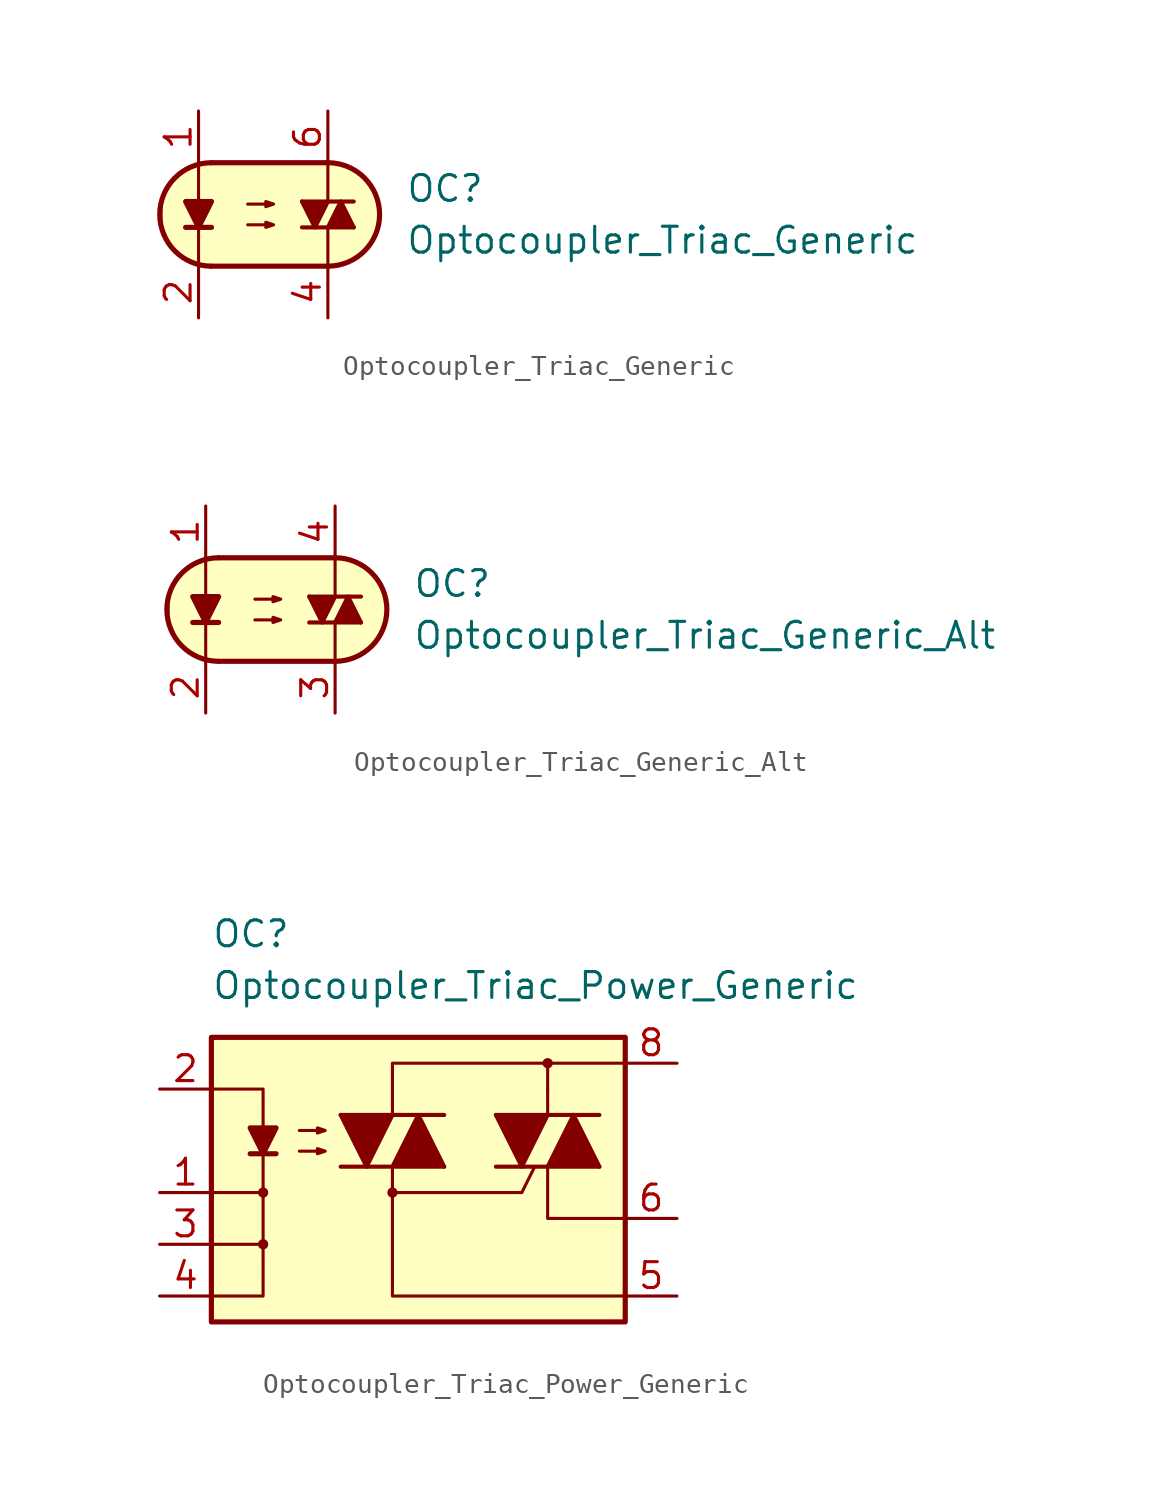
<source format=kicad_sym>
(kicad_symbol_lib
  (version 20211014)
  (generator kicad_symbol_editor)
  (symbol "Optocoupler_Triac_Generic"
    (pin_names
      (offset 1.016))
    (property "Reference" "OC"
      (at 7.62 1.27 0)
      (effects (font (size 1.27 1.27)) (justify left)))
    (property "Value" "Optocoupler_Triac_Generic"
      (at 7.62 -1.27 0)
      (effects (font (size 1.27 1.27)) (justify left)))
    (symbol "Optocoupler_Triac_Generic_0_1"
      (arc (start -1.9275 2.54) (mid -4.4451 0) (end -1.9275 -2.54) (stroke (width 0.254) (type default) (color 0 0 0 0)) (fill (type none)))
      (polyline (pts (xy -3.175 -0.635) (xy -1.905 -0.635)) (stroke (width 0.254) (type default) (color 0 0 0 0)) (fill (type none)))
      (polyline (pts (xy -1.905 2.54) (xy 3.81 2.54)) (stroke (width 0.254) (type default) (color 0 0 0 0)) (fill (type none)))
      (polyline (pts (xy 3.81 -2.54) (xy -1.905 -2.54)) (stroke (width 0.254) (type default) (color 0 0 0 0)) (fill (type none)))
      (polyline (pts (xy 3.81 -0.635) (xy 3.81 -2.54)) (stroke (width 0.152) (type default) (color 0 0 0 0)) (fill (type none)))
      (polyline (pts (xy 3.81 2.54) (xy 3.81 0.635)) (stroke (width 0.152) (type default) (color 0 0 0 0)) (fill (type none)))
      (polyline (pts (xy -2.54 -2.54) (xy -2.54 -1.27) (xy -2.54 2.54)) (stroke (width 0.152) (type default) (color 0 0 0 0)) (fill (type none)))
      (polyline (pts (xy -2.54 -0.635) (xy -3.175 0.635) (xy -1.905 0.635) (xy -2.54 -0.635)) (stroke (width 0.254) (type default) (color 0 0 0 0)) (fill (type outline)))
      (polyline (pts (xy -0.127 -0.508) (xy 1.143 -0.508) (xy 0.762 -0.635) (xy 0.762 -0.381) (xy 1.143 -0.508)) (stroke (width 0) (type default) (color 0 0 0 0)) (fill (type none)))
      (polyline (pts (xy -0.127 0.508) (xy 1.143 0.508) (xy 0.762 0.381) (xy 0.762 0.635) (xy 1.143 0.508)) (stroke (width 0) (type default) (color 0 0 0 0)) (fill (type none)))
      (polyline (pts (xy -1.27 2.54) (xy 3.937 2.54) (xy 4.699 2.413) (xy 5.08 2.159) (xy 5.461 1.905) (xy 5.969 1.397) (xy 6.223 0.635) (xy 6.35 0) (xy 6.223 -0.762) (xy 5.842 -1.524) (xy 5.207 -2.159) (xy 4.191 -2.54) (xy -2.54 -2.54) (xy -2.54 -2.54) (xy -3.302 -2.032) (xy -3.81 -1.778) (xy -4.318 -0.508) (xy -4.318 0.254) (xy -4.318 1.016) (xy -3.81 1.778) (xy -3.048 2.286) (xy -2.286 2.54) (xy -1.27 2.54)) (stroke (width 0.01) (type default) (color 0 0 0 0)) (fill (type background)))
      (arc (start 3.8325 -2.54) (mid 6.3501 0) (end 3.8325 2.54) (stroke (width 0.254) (type default) (color 0 0 0 0)) (fill (type none))))
    (symbol "Optocoupler_Triac_Generic_1_1"
      (polyline (pts (xy 2.54 -0.635) (xy 5.08 -0.635)) (stroke (width 0.203) (type default) (color 0 0 0 0)) (fill (type none)))
      (polyline (pts (xy 2.54 0.635) (xy 5.08 0.635)) (stroke (width 0.203) (type default) (color 0 0 0 0)) (fill (type none)))
      (polyline (pts (xy 2.54 0.635) (xy 3.175 -0.635) (xy 3.81 0.635)) (stroke (width 0.203) (type default) (color 0 0 0 0)) (fill (type outline)))
      (polyline (pts (xy 3.81 -0.635) (xy 4.445 0.635) (xy 5.08 -0.635)) (stroke (width 0.203) (type default) (color 0 0 0 0)) (fill (type outline)))
      (pin passive line (at -2.54 5.08 270) (length 2.54) (name "~" (effects (font (size 1.27 1.27)))) (number "1" (effects (font (size 1.27 1.27)))))
      (pin passive line (at -2.54 -5.08 90) (length 2.54) (name "~" (effects (font (size 1.27 1.27)))) (number "2" (effects (font (size 1.27 1.27)))))
      (pin no_connect line (at -1.27 0 0) (length 2.54) hide (name "NC" (effects (font (size 1.27 1.27)))) (number "3" (effects (font (size 1.27 1.27)))))
      (pin passive line (at 3.81 -5.08 90) (length 2.54) (name "~" (effects (font (size 1.27 1.27)))) (number "4" (effects (font (size 1.27 1.27)))))
      (pin no_connect line (at 3.81 0 180) (length 2.54) hide (name "NC" (effects (font (size 1.27 1.27)))) (number "5" (effects (font (size 1.27 1.27)))))
      (pin passive line (at 3.81 5.08 270) (length 2.54) (name "~" (effects (font (size 1.27 1.27)))) (number "6" (effects (font (size 1.27 1.27)))))))
  (symbol "Optocoupler_Triac_Generic_Alt"
    (pin_names
      (offset 1.016))
    (property "Reference" "OC"
      (at 6.35 1.27 0)
      (effects (font (size 1.27 1.27)) (justify left)))
    (property "Value" "Optocoupler_Triac_Generic_Alt"
      (at 6.35 -1.27 0)
      (effects (font (size 1.27 1.27)) (justify left)))
    (symbol "Optocoupler_Triac_Generic_Alt_0_1"
      (arc (start -3.1975 2.54) (mid -5.7151 0) (end -3.1975 -2.54) (stroke (width 0.254) (type default) (color 0 0 0 0)) (fill (type none)))
      (polyline (pts (xy -4.445 -0.635) (xy -3.175 -0.635)) (stroke (width 0.254) (type default) (color 0 0 0 0)) (fill (type none)))
      (polyline (pts (xy -3.175 2.54) (xy 2.54 2.54)) (stroke (width 0.254) (type default) (color 0 0 0 0)) (fill (type none)))
      (polyline (pts (xy 2.54 -2.54) (xy -3.175 -2.54)) (stroke (width 0.254) (type default) (color 0 0 0 0)) (fill (type none)))
      (polyline (pts (xy 2.54 -0.635) (xy 2.54 -2.54)) (stroke (width 0.152) (type default) (color 0 0 0 0)) (fill (type none)))
      (polyline (pts (xy 2.54 2.54) (xy 2.54 0.635)) (stroke (width 0.152) (type default) (color 0 0 0 0)) (fill (type none)))
      (polyline (pts (xy -3.81 -2.54) (xy -3.81 -1.27) (xy -3.81 2.54)) (stroke (width 0.152) (type default) (color 0 0 0 0)) (fill (type none)))
      (polyline (pts (xy -3.81 -0.635) (xy -4.445 0.635) (xy -3.175 0.635) (xy -3.81 -0.635)) (stroke (width 0.254) (type default) (color 0 0 0 0)) (fill (type outline)))
      (polyline (pts (xy -1.397 -0.508) (xy -0.127 -0.508) (xy -0.508 -0.635) (xy -0.508 -0.381) (xy -0.127 -0.508)) (stroke (width 0) (type default) (color 0 0 0 0)) (fill (type none)))
      (polyline (pts (xy -1.397 0.508) (xy -0.127 0.508) (xy -0.508 0.381) (xy -0.508 0.635) (xy -0.127 0.508)) (stroke (width 0) (type default) (color 0 0 0 0)) (fill (type none)))
      (polyline (pts (xy -2.54 2.54) (xy 2.667 2.54) (xy 3.429 2.413) (xy 3.81 2.159) (xy 4.191 1.905) (xy 4.699 1.397) (xy 4.953 0.635) (xy 5.08 0) (xy 4.953 -0.762) (xy 4.572 -1.524) (xy 3.937 -2.159) (xy 2.921 -2.54) (xy -3.81 -2.54) (xy -3.81 -2.54) (xy -4.572 -2.032) (xy -5.08 -1.778) (xy -5.588 -0.508) (xy -5.588 0.254) (xy -5.588 1.016) (xy -5.08 1.778) (xy -4.318 2.286) (xy -3.556 2.54) (xy -2.54 2.54)) (stroke (width 0.01) (type default) (color 0 0 0 0)) (fill (type background)))
      (arc (start 2.5625 -2.54) (mid 5.0801 0) (end 2.5625 2.54) (stroke (width 0.254) (type default) (color 0 0 0 0)) (fill (type none))))
    (symbol "Optocoupler_Triac_Generic_Alt_1_1"
      (polyline (pts (xy 1.27 -0.635) (xy 3.81 -0.635)) (stroke (width 0.203) (type default) (color 0 0 0 0)) (fill (type none)))
      (polyline (pts (xy 1.27 0.635) (xy 3.81 0.635)) (stroke (width 0.203) (type default) (color 0 0 0 0)) (fill (type none)))
      (polyline (pts (xy 1.27 0.635) (xy 1.905 -0.635) (xy 2.54 0.635)) (stroke (width 0.203) (type default) (color 0 0 0 0)) (fill (type outline)))
      (polyline (pts (xy 2.54 -0.635) (xy 3.175 0.635) (xy 3.81 -0.635)) (stroke (width 0.203) (type default) (color 0 0 0 0)) (fill (type outline)))
      (pin passive line (at -3.81 5.08 270) (length 2.54) (name "~" (effects (font (size 1.27 1.27)))) (number "1" (effects (font (size 1.27 1.27)))))
      (pin passive line (at -3.81 -5.08 90) (length 2.54) (name "~" (effects (font (size 1.27 1.27)))) (number "2" (effects (font (size 1.27 1.27)))))
      (pin passive line (at 2.54 -5.08 90) (length 2.54) (name "~" (effects (font (size 1.27 1.27)))) (number "3" (effects (font (size 1.27 1.27)))))
      (pin passive line (at 2.54 5.08 270) (length 2.54) (name "~" (effects (font (size 1.27 1.27)))) (number "4" (effects (font (size 1.27 1.27)))))))
  (symbol "Optocoupler_Triac_Power_Generic"
    (pin_names
      (offset 1.016))
    (property "Reference" "OC"
      (at -6.35 10.16 0)
      (effects (font (size 1.27 1.27)) (justify left)))
    (property "Value" "Optocoupler_Triac_Power_Generic"
      (at -6.35 7.62 0)
      (effects (font (size 1.27 1.27)) (justify left)))
    (symbol "Optocoupler_Triac_Power_Generic_0_0"
      (rectangle (start -6.35 5.08) (end 13.97 -8.89) (stroke (width 0.254) (type default) (color 0 0 0 0)) (fill (type background)))
      (polyline (pts (xy -6.35 -5.08) (xy -3.81 -5.08)) (stroke (width 0) (type default) (color 0 0 0 0)) (fill (type none)))
      (polyline (pts (xy 10.16 2.54) (xy 10.16 3.81)) (stroke (width 0) (type default) (color 0 0 0 0)) (fill (type none)))
      (polyline (pts (xy -6.35 -7.62) (xy -3.81 -7.62) (xy -3.81 -2.54)) (stroke (width 0) (type default) (color 0 0 0 0)) (fill (type none)))
      (polyline (pts (xy 2.54 -1.27) (xy 2.54 -2.54) (xy 8.89 -2.54)) (stroke (width 0) (type default) (color 0 0 0 0)) (fill (type none)))
      (polyline (pts (xy 13.97 -7.62) (xy 2.54 -7.62) (xy 2.54 -2.54)) (stroke (width 0) (type default) (color 0 0 0 0)) (fill (type none)))
      (polyline (pts (xy 13.97 -3.81) (xy 10.16 -3.81) (xy 10.16 -1.27)) (stroke (width 0) (type default) (color 0 0 0 0)) (fill (type none)))
      (polyline (pts (xy 13.97 3.81) (xy 2.54 3.81) (xy 2.54 2.54)) (stroke (width 0) (type default) (color 0 0 0 0)) (fill (type none)))
      (circle (center 2.54 -2.54) (radius 0.178) (stroke (width 0) (type default) (color 0 0 0 0)) (fill (type outline))))
    (symbol "Optocoupler_Triac_Power_Generic_0_1"
      (polyline (pts (xy -4.445 -0.635) (xy -3.175 -0.635)) (stroke (width 0.254) (type default) (color 0 0 0 0)) (fill (type none)))
      (polyline (pts (xy 2.54 2.54) (xy 2.54 1.27)) (stroke (width 0) (type default) (color 0 0 0 0)) (fill (type none)))
      (polyline (pts (xy -6.35 2.54) (xy -3.81 2.54) (xy -3.81 -0.635)) (stroke (width 0) (type default) (color 0 0 0 0)) (fill (type none)))
      (polyline (pts (xy -3.81 -0.635) (xy -3.81 -2.54) (xy -6.35 -2.54)) (stroke (width 0) (type default) (color 0 0 0 0)) (fill (type none)))
      (polyline (pts (xy -3.81 -0.635) (xy -4.445 0.635) (xy -3.175 0.635) (xy -3.81 -0.635)) (stroke (width 0.254) (type default) (color 0 0 0 0)) (fill (type outline)))
      (polyline (pts (xy -2.032 -0.508) (xy -0.762 -0.508) (xy -1.143 -0.635) (xy -1.143 -0.381) (xy -0.762 -0.508)) (stroke (width 0) (type default) (color 0 0 0 0)) (fill (type none)))
      (polyline (pts (xy -2.032 0.508) (xy -0.762 0.508) (xy -1.143 0.381) (xy -1.143 0.635) (xy -0.762 0.508)) (stroke (width 0) (type default) (color 0 0 0 0)) (fill (type none))))
    (symbol "Optocoupler_Triac_Power_Generic_1_1"
      (circle (center -3.81 -5.08) (radius 0.178) (stroke (width 0) (type default) (color 0 0 0 0)) (fill (type outline)))
      (circle (center -3.81 -2.54) (radius 0.178) (stroke (width 0) (type default) (color 0 0 0 0)) (fill (type outline)))
      (polyline (pts (xy 0 -1.27) (xy 5.08 -1.27)) (stroke (width 0.203) (type default) (color 0 0 0 0)) (fill (type none)))
      (polyline (pts (xy 0 1.27) (xy 5.08 1.27)) (stroke (width 0.203) (type default) (color 0 0 0 0)) (fill (type none)))
      (polyline (pts (xy 7.62 -1.27) (xy 12.7 -1.27)) (stroke (width 0.203) (type default) (color 0 0 0 0)) (fill (type none)))
      (polyline (pts (xy 7.62 1.27) (xy 12.7 1.27)) (stroke (width 0.203) (type default) (color 0 0 0 0)) (fill (type none)))
      (polyline (pts (xy 8.89 -2.54) (xy 9.525 -1.27)) (stroke (width 0) (type default) (color 0 0 0 0)) (fill (type none)))
      (polyline (pts (xy 10.16 2.54) (xy 10.16 1.27)) (stroke (width 0) (type default) (color 0 0 0 0)) (fill (type none)))
      (polyline (pts (xy 0 1.27) (xy 1.27 -1.27) (xy 2.54 1.27)) (stroke (width 0.203) (type default) (color 0 0 0 0)) (fill (type outline)))
      (polyline (pts (xy 2.54 -1.27) (xy 3.81 1.27) (xy 5.08 -1.27)) (stroke (width 0.203) (type default) (color 0 0 0 0)) (fill (type outline)))
      (polyline (pts (xy 7.62 1.27) (xy 8.89 -1.27) (xy 10.16 1.27)) (stroke (width 0.203) (type default) (color 0 0 0 0)) (fill (type outline)))
      (polyline (pts (xy 10.16 -1.27) (xy 11.43 1.27) (xy 12.7 -1.27)) (stroke (width 0.203) (type default) (color 0 0 0 0)) (fill (type outline)))
      (circle (center 10.16 3.81) (radius 0.178) (stroke (width 0) (type default) (color 0 0 0 0)) (fill (type outline)))
      (pin passive line (at -8.89 -2.54 0) (length 2.54) (name "~" (effects (font (size 1.27 1.27)))) (number "1" (effects (font (size 1.27 1.27)))))
      (pin passive line (at -8.89 2.54 0) (length 2.54) (name "~" (effects (font (size 1.27 1.27)))) (number "2" (effects (font (size 1.27 1.27)))))
      (pin passive line (at -8.89 -5.08 0) (length 2.54) (name "~" (effects (font (size 1.27 1.27)))) (number "3" (effects (font (size 1.27 1.27)))))
      (pin passive line (at -8.89 -7.62 0) (length 2.54) (name "~" (effects (font (size 1.27 1.27)))) (number "4" (effects (font (size 1.27 1.27)))))
      (pin passive line (at 16.51 -7.62 180) (length 2.54) (name "~" (effects (font (size 1.27 1.27)))) (number "5" (effects (font (size 1.27 1.27)))))
      (pin passive line (at 16.51 -3.81 180) (length 2.54) (name "~" (effects (font (size 1.27 1.27)))) (number "6" (effects (font (size 1.27 1.27)))))
      (pin no_connect line (at 5.08 -5.08 0) (length 2.54) hide (name "NC" (effects (font (size 1.27 1.27)))) (number "7" (effects (font (size 1.27 1.27)))))
      (pin passive line (at 16.51 3.81 180) (length 2.54) (name "~" (effects (font (size 1.27 1.27)))) (number "8" (effects (font (size 1.27 1.27))))))))
</source>
